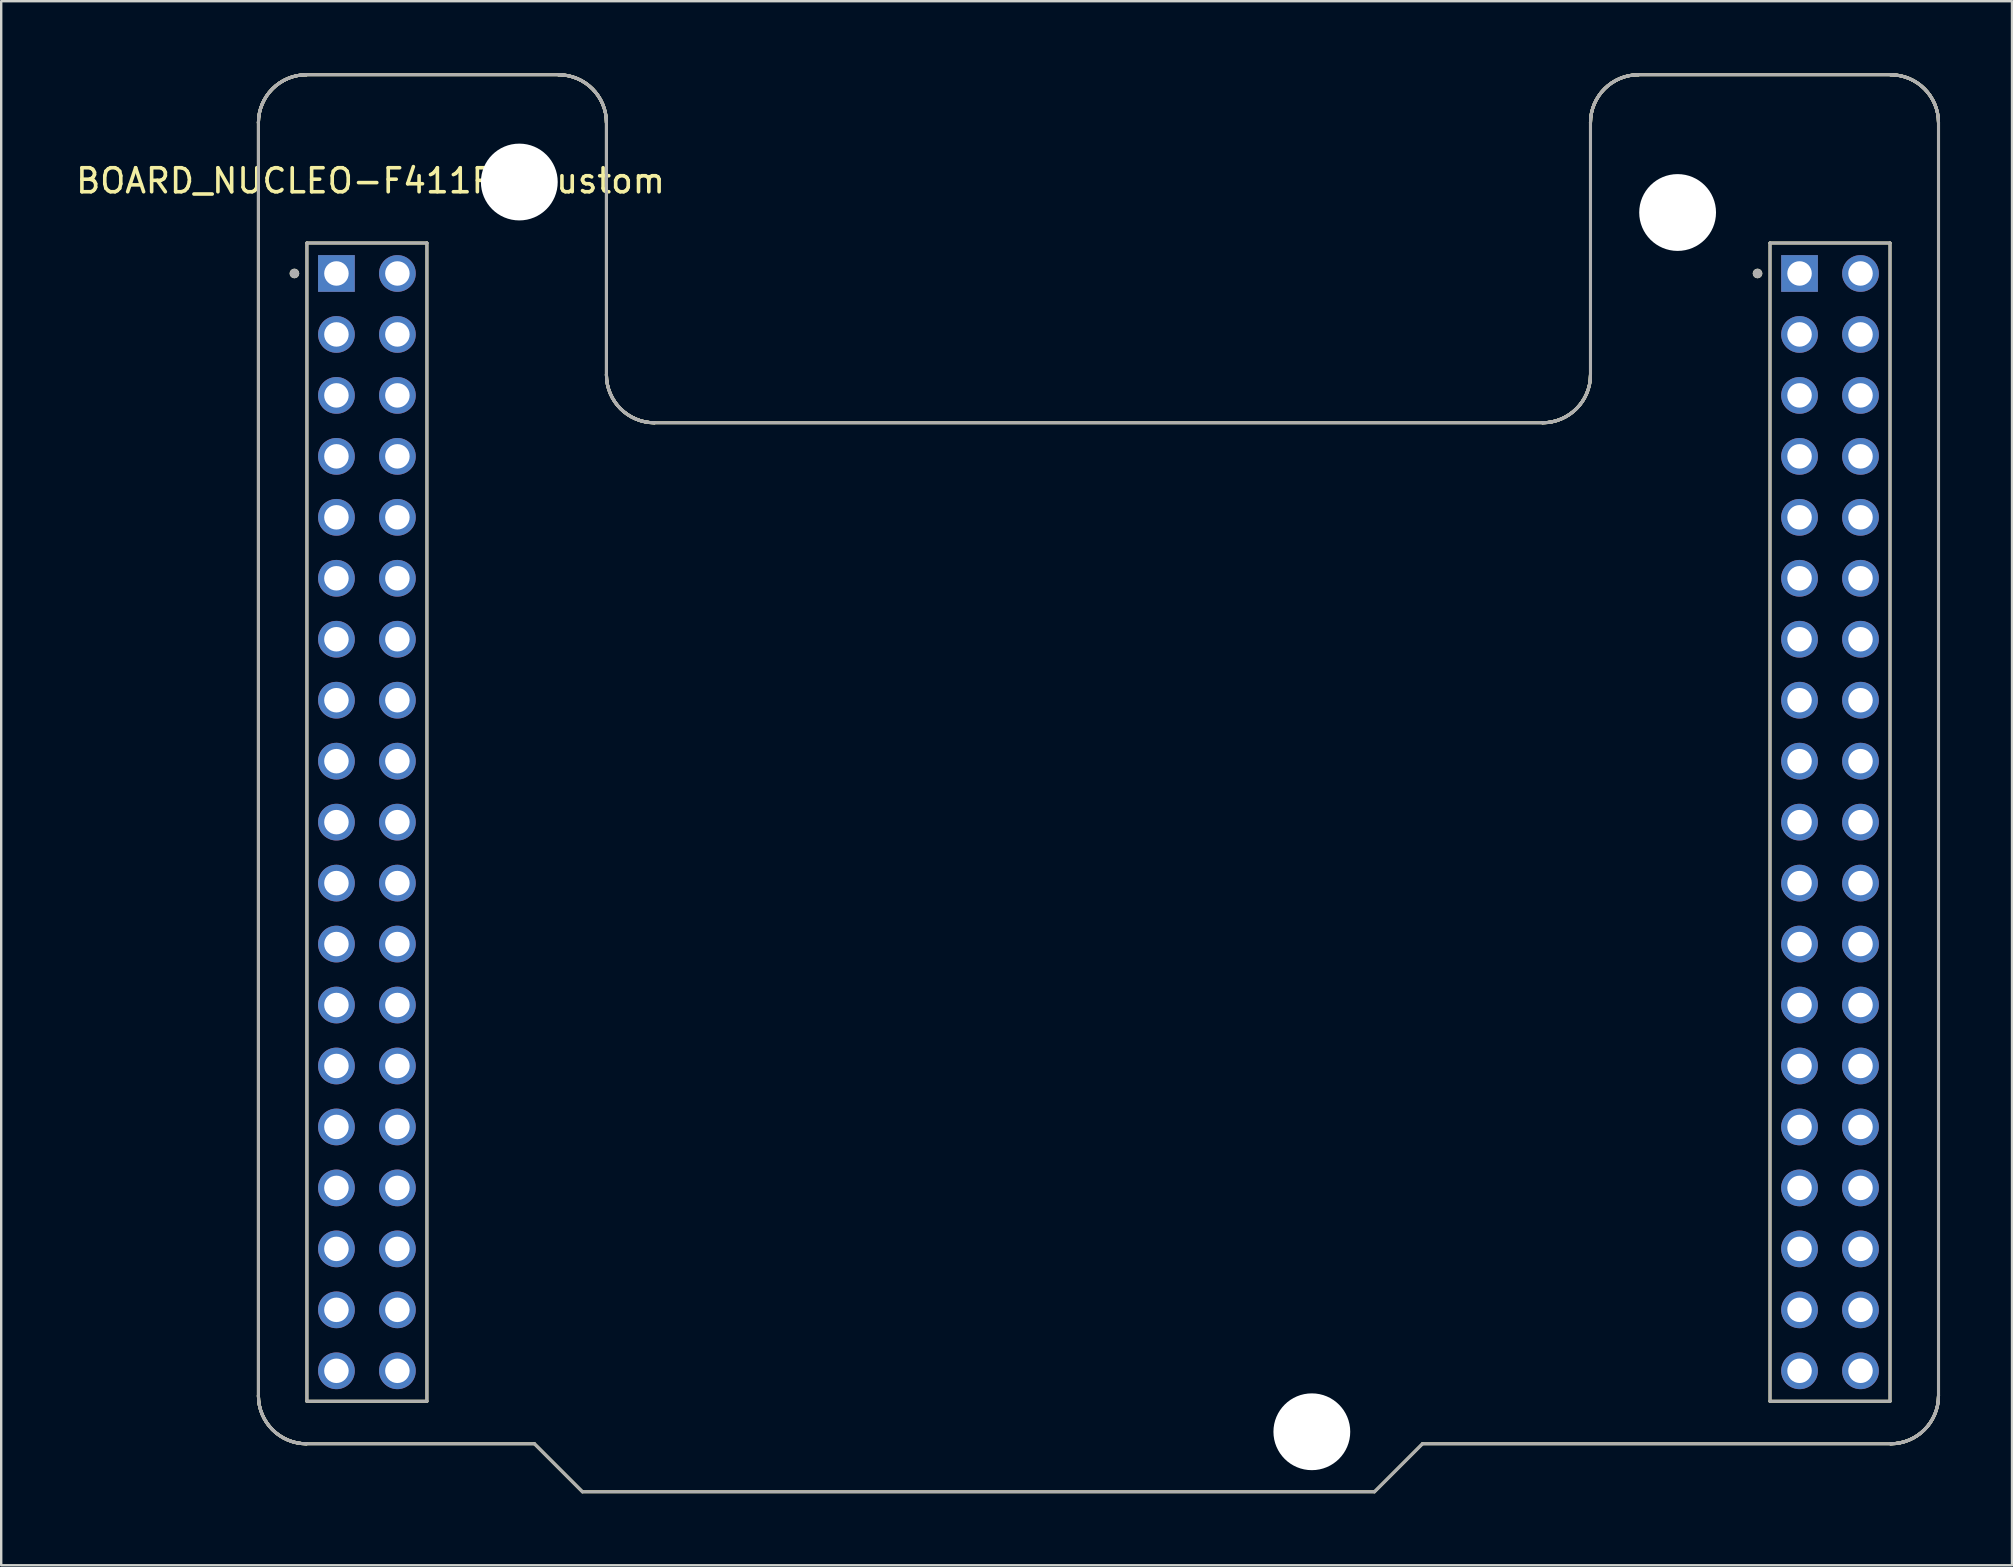
<source format=kicad_pcb>
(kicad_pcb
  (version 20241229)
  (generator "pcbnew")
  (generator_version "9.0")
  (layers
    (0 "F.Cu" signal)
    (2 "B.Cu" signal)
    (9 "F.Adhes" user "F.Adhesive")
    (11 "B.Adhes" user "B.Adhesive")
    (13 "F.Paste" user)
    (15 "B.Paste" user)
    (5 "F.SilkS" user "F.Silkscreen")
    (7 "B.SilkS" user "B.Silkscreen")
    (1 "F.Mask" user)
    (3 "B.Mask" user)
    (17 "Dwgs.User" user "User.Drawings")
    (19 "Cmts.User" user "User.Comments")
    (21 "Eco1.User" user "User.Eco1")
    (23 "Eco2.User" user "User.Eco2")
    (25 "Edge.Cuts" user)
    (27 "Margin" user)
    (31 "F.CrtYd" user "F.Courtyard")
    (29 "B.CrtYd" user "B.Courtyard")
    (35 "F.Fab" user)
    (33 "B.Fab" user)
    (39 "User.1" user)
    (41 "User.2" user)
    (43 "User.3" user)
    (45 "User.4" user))
  (footprint "BOARD_NUCLEO-F411RE_custom"
    (layer "F.Cu")
    (at 42.717 17.854)
    (property "Reference" "BOARD_NUCLEO-F411RE_custom" (at -30.33 -13.37 0) (layer "F.SilkS") (effects (font (size 1 1) (thickness 0.15))))
    (attr through_hole)
    (fp_line (start -35 -15.79) (end -35 37.25) (stroke (width 0.127) (type solid)) (layer "F.SilkS"))
    (fp_line (start -33 39.25) (end -23.5 39.25) (stroke (width 0.127) (type solid)) (layer "F.SilkS"))
    (fp_line (start -32.98 -10.78) (end -32.98 37.48) (stroke (width 0.127) (type solid)) (layer "F.SilkS"))
    (fp_line (start -32.98 37.48) (end -27.98 37.48) (stroke (width 0.127) (type solid)) (layer "F.SilkS"))
    (fp_line (start -27.98 -10.78) (end -32.98 -10.78) (stroke (width 0.127) (type solid)) (layer "F.SilkS"))
    (fp_line (start -27.98 37.48) (end -27.98 -10.78) (stroke (width 0.127) (type solid)) (layer "F.SilkS"))
    (fp_line (start -23.5 39.25) (end -21.5 41.25) (stroke (width 0.127) (type solid)) (layer "F.SilkS"))
    (fp_line (start -22.5 -17.79) (end -33 -17.79) (stroke (width 0.127) (type solid)) (layer "F.SilkS"))
    (fp_line (start -21.5 41.25) (end 11.5 41.25) (stroke (width 0.127) (type solid)) (layer "F.SilkS"))
    (fp_line (start -20.5 -15.79) (end -20.5 -5.29) (stroke (width 0.127) (type solid)) (layer "F.SilkS"))
    (fp_line (start -18.5 -3.29) (end 18.5 -3.29) (stroke (width 0.127) (type solid)) (layer "F.SilkS"))
    (fp_line (start 11.5 41.25) (end 13.5 39.25) (stroke (width 0.127) (type solid)) (layer "F.SilkS"))
    (fp_line (start 13.5 39.25) (end 33 39.25) (stroke (width 0.127) (type solid)) (layer "F.SilkS"))
    (fp_line (start 20.5 -15.79) (end 20.5 -5.29) (stroke (width 0.127) (type solid)) (layer "F.SilkS"))
    (fp_line (start 22.5 -17.79) (end 33 -17.79) (stroke (width 0.127) (type solid)) (layer "F.SilkS"))
    (fp_line (start 27.98 -10.78) (end 27.98 37.48) (stroke (width 0.127) (type solid)) (layer "F.SilkS"))
    (fp_line (start 27.98 37.48) (end 32.98 37.48) (stroke (width 0.127) (type solid)) (layer "F.SilkS"))
    (fp_line (start 32.98 -10.78) (end 27.98 -10.78) (stroke (width 0.127) (type solid)) (layer "F.SilkS"))
    (fp_line (start 32.98 37.48) (end 32.98 -10.78) (stroke (width 0.127) (type solid)) (layer "F.SilkS"))
    (fp_line (start 35 37.25) (end 35 -15.79) (stroke (width 0.127) (type solid)) (layer "F.SilkS"))
    (fp_arc (start -35 -15.79) (mid -34.414214 -17.204214) (end -33 -17.79) (stroke (width 0.127) (type solid)) (layer "F.SilkS"))
    (fp_arc (start -35 -15.79) (mid -34.414214 -17.204214) (end -33 -17.79) (stroke (width 0.127) (type solid)) (layer "F.SilkS"))
    (fp_arc (start -35 -15.79) (mid -34.414214 -17.204214) (end -33 -17.79) (stroke (width 0.127) (type solid)) (layer "F.SilkS"))
    (fp_arc (start -33 39.25) (mid -34.414214 38.664214) (end -35 37.25) (stroke (width 0.127) (type solid)) (layer "F.SilkS"))
    (fp_arc (start -33 39.25) (mid -34.414214 38.664214) (end -35 37.25) (stroke (width 0.127) (type solid)) (layer "F.SilkS"))
    (fp_arc (start -33 39.25) (mid -34.414214 38.664214) (end -35 37.25) (stroke (width 0.127) (type solid)) (layer "F.SilkS"))
    (fp_arc (start -22.5 -17.79) (mid -21.085786 -17.204214) (end -20.5 -15.79) (stroke (width 0.127) (type solid)) (layer "F.SilkS"))
    (fp_arc (start -22.5 -17.79) (mid -21.085786 -17.204214) (end -20.5 -15.79) (stroke (width 0.127) (type solid)) (layer "F.SilkS"))
    (fp_arc (start -22.5 -17.79) (mid -21.085786 -17.204214) (end -20.5 -15.79) (stroke (width 0.127) (type solid)) (layer "F.SilkS"))
    (fp_arc (start -18.5 -3.29) (mid -19.914214 -3.875786) (end -20.5 -5.29) (stroke (width 0.127) (type solid)) (layer "F.SilkS"))
    (fp_arc (start -18.5 -3.29) (mid -19.914214 -3.875786) (end -20.5 -5.29) (stroke (width 0.127) (type solid)) (layer "F.SilkS"))
    (fp_arc (start -18.5 -3.29) (mid -19.914214 -3.875786) (end -20.5 -5.29) (stroke (width 0.127) (type solid)) (layer "F.SilkS"))
    (fp_arc (start 20.5 -15.79) (mid 21.085786 -17.204214) (end 22.5 -17.79) (stroke (width 0.127) (type solid)) (layer "F.SilkS"))
    (fp_arc (start 20.5 -15.79) (mid 21.085786 -17.204214) (end 22.5 -17.79) (stroke (width 0.127) (type solid)) (layer "F.SilkS"))
    (fp_arc (start 20.5 -15.79) (mid 21.085786 -17.204214) (end 22.5 -17.79) (stroke (width 0.127) (type solid)) (layer "F.SilkS"))
    (fp_arc (start 20.5 -5.29) (mid 19.914214 -3.875786) (end 18.5 -3.29) (stroke (width 0.127) (type solid)) (layer "F.SilkS"))
    (fp_arc (start 20.5 -5.29) (mid 19.914214 -3.875786) (end 18.5 -3.29) (stroke (width 0.127) (type solid)) (layer "F.SilkS"))
    (fp_arc (start 20.5 -5.29) (mid 19.914214 -3.875786) (end 18.5 -3.29) (stroke (width 0.127) (type solid)) (layer "F.SilkS"))
    (fp_arc (start 33 -17.79) (mid 34.414214 -17.204214) (end 35 -15.79) (stroke (width 0.127) (type solid)) (layer "F.SilkS"))
    (fp_arc (start 33 -17.79) (mid 34.414214 -17.204214) (end 35 -15.79) (stroke (width 0.127) (type solid)) (layer "F.SilkS"))
    (fp_arc (start 33 -17.79) (mid 34.414214 -17.204214) (end 35 -15.79) (stroke (width 0.127) (type solid)) (layer "F.SilkS"))
    (fp_arc (start 35 37.25) (mid 34.414214 38.664214) (end 33 39.25) (stroke (width 0.127) (type solid)) (layer "F.SilkS"))
    (fp_arc (start 35 37.25) (mid 34.414214 38.664214) (end 33 39.25) (stroke (width 0.127) (type solid)) (layer "F.SilkS"))
    (fp_arc (start 35 37.25) (mid 34.414214 38.664214) (end 33 39.25) (stroke (width 0.127) (type solid)) (layer "F.SilkS"))
    (fp_circle (center -33.5 -9.51) (end -33.4 -9.51) (stroke (width 0.2) (type solid)) (fill no) (layer "F.SilkS"))
    (fp_circle (center 27.46 -9.51) (end 27.56 -9.51) (stroke (width 0.2) (type solid)) (fill no) (layer "F.SilkS"))
    (fp_line (start -35 -15.79) (end -35 37.25) (stroke (width 0.127) (type solid)) (layer "F.Fab"))
    (fp_line (start -33 39.25) (end -23.5 39.25) (stroke (width 0.127) (type solid)) (layer "F.Fab"))
    (fp_line (start -32.98 -10.78) (end -32.98 37.48) (stroke (width 0.127) (type solid)) (layer "F.Fab"))
    (fp_line (start -32.98 37.48) (end -27.98 37.48) (stroke (width 0.127) (type solid)) (layer "F.Fab"))
    (fp_line (start -27.98 -10.78) (end -32.98 -10.78) (stroke (width 0.127) (type solid)) (layer "F.Fab"))
    (fp_line (start -27.98 37.48) (end -27.98 -10.78) (stroke (width 0.127) (type solid)) (layer "F.Fab"))
    (fp_line (start -23.5 39.25) (end -21.5 41.25) (stroke (width 0.127) (type solid)) (layer "F.Fab"))
    (fp_line (start -22.5 -17.79) (end -33 -17.79) (stroke (width 0.127) (type solid)) (layer "F.Fab"))
    (fp_line (start -21.5 41.25) (end 11.5 41.25) (stroke (width 0.127) (type solid)) (layer "F.Fab"))
    (fp_line (start -20.5 -15.79) (end -20.5 -5.29) (stroke (width 0.127) (type solid)) (layer "F.Fab"))
    (fp_line (start -18.5 -3.29) (end 18.5 -3.29) (stroke (width 0.127) (type solid)) (layer "F.Fab"))
    (fp_line (start 11.5 41.25) (end 13.5 39.25) (stroke (width 0.127) (type solid)) (layer "F.Fab"))
    (fp_line (start 13.5 39.25) (end 33 39.25) (stroke (width 0.127) (type solid)) (layer "F.Fab"))
    (fp_line (start 20.5 -15.79) (end 20.5 -5.29) (stroke (width 0.127) (type solid)) (layer "F.Fab"))
    (fp_line (start 22.5 -17.79) (end 33 -17.79) (stroke (width 0.127) (type solid)) (layer "F.Fab"))
    (fp_line (start 27.98 -10.78) (end 27.98 37.48) (stroke (width 0.127) (type solid)) (layer "F.Fab"))
    (fp_line (start 27.98 37.48) (end 32.98 37.48) (stroke (width 0.127) (type solid)) (layer "F.Fab"))
    (fp_line (start 32.98 -10.78) (end 27.98 -10.78) (stroke (width 0.127) (type solid)) (layer "F.Fab"))
    (fp_line (start 32.98 37.48) (end 32.98 -10.78) (stroke (width 0.127) (type solid)) (layer "F.Fab"))
    (fp_line (start 35 37.25) (end 35 -15.79) (stroke (width 0.127) (type solid)) (layer "F.Fab"))
    (fp_arc (start -35 -15.79) (mid -34.414214 -17.204214) (end -33 -17.79) (stroke (width 0.127) (type solid)) (layer "F.Fab"))
    (fp_arc (start -35 -15.79) (mid -34.414214 -17.204214) (end -33 -17.79) (stroke (width 0.127) (type solid)) (layer "F.Fab"))
    (fp_arc (start -35 -15.79) (mid -34.414214 -17.204214) (end -33 -17.79) (stroke (width 0.127) (type solid)) (layer "F.Fab"))
    (fp_arc (start -33 39.25) (mid -34.414214 38.664214) (end -35 37.25) (stroke (width 0.127) (type solid)) (layer "F.Fab"))
    (fp_arc (start -33 39.25) (mid -34.414214 38.664214) (end -35 37.25) (stroke (width 0.127) (type solid)) (layer "F.Fab"))
    (fp_arc (start -33 39.25) (mid -34.414214 38.664214) (end -35 37.25) (stroke (width 0.127) (type solid)) (layer "F.Fab"))
    (fp_arc (start -22.5 -17.79) (mid -21.085786 -17.204214) (end -20.5 -15.79) (stroke (width 0.127) (type solid)) (layer "F.Fab"))
    (fp_arc (start -22.5 -17.79) (mid -21.085786 -17.204214) (end -20.5 -15.79) (stroke (width 0.127) (type solid)) (layer "F.Fab"))
    (fp_arc (start -22.5 -17.79) (mid -21.085786 -17.204214) (end -20.5 -15.79) (stroke (width 0.127) (type solid)) (layer "F.Fab"))
    (fp_arc (start -18.5 -3.29) (mid -19.914214 -3.875786) (end -20.5 -5.29) (stroke (width 0.127) (type solid)) (layer "F.Fab"))
    (fp_arc (start -18.5 -3.29) (mid -19.914214 -3.875786) (end -20.5 -5.29) (stroke (width 0.127) (type solid)) (layer "F.Fab"))
    (fp_arc (start -18.5 -3.29) (mid -19.914214 -3.875786) (end -20.5 -5.29) (stroke (width 0.127) (type solid)) (layer "F.Fab"))
    (fp_arc (start 20.5 -15.79) (mid 21.085786 -17.204214) (end 22.5 -17.79) (stroke (width 0.127) (type solid)) (layer "F.Fab"))
    (fp_arc (start 20.5 -15.79) (mid 21.085786 -17.204214) (end 22.5 -17.79) (stroke (width 0.127) (type solid)) (layer "F.Fab"))
    (fp_arc (start 20.5 -15.79) (mid 21.085786 -17.204214) (end 22.5 -17.79) (stroke (width 0.127) (type solid)) (layer "F.Fab"))
    (fp_arc (start 20.5 -5.29) (mid 19.914214 -3.875786) (end 18.5 -3.29) (stroke (width 0.127) (type solid)) (layer "F.Fab"))
    (fp_arc (start 20.5 -5.29) (mid 19.914214 -3.875786) (end 18.5 -3.29) (stroke (width 0.127) (type solid)) (layer "F.Fab"))
    (fp_arc (start 20.5 -5.29) (mid 19.914214 -3.875786) (end 18.5 -3.29) (stroke (width 0.127) (type solid)) (layer "F.Fab"))
    (fp_arc (start 33 -17.79) (mid 34.414214 -17.204214) (end 35 -15.79) (stroke (width 0.127) (type solid)) (layer "F.Fab"))
    (fp_arc (start 33 -17.79) (mid 34.414214 -17.204214) (end 35 -15.79) (stroke (width 0.127) (type solid)) (layer "F.Fab"))
    (fp_arc (start 33 -17.79) (mid 34.414214 -17.204214) (end 35 -15.79) (stroke (width 0.127) (type solid)) (layer "F.Fab"))
    (fp_arc (start 35 37.25) (mid 34.414214 38.664214) (end 33 39.25) (stroke (width 0.127) (type solid)) (layer "F.Fab"))
    (fp_arc (start 35 37.25) (mid 34.414214 38.664214) (end 33 39.25) (stroke (width 0.127) (type solid)) (layer "F.Fab"))
    (fp_arc (start 35 37.25) (mid 34.414214 38.664214) (end 33 39.25) (stroke (width 0.127) (type solid)) (layer "F.Fab"))
    (fp_circle (center -33.5 -9.51) (end -33.4 -9.51) (stroke (width 0.2) (type solid)) (fill no) (layer "F.Fab"))
    (fp_circle (center 27.46 -9.51) (end 27.56 -9.51) (stroke (width 0.2) (type solid)) (fill no) (layer "F.Fab"))
    (pad "" np_thru_hole circle (at -24.13 -13.32) (size 3.2 3.2) (drill 3.2) (layers "*.Cu" "*.Mask"))
    (pad "" np_thru_hole circle (at 8.89 38.75) (size 3.2 3.2) (drill 3.2) (layers "*.Cu" "*.Mask"))
    (pad "" np_thru_hole circle (at 24.13 -12.05) (size 3.2 3.2) (drill 3.2) (layers "*.Cu" "*.Mask"))
    (pad "CN7_1" thru_hole rect (at -31.75 -9.51) (size 1.53 1.53) (drill 1.02) (layers "*.Cu" "*.Mask"))
    (pad "CN7_2" thru_hole circle (at -29.21 -9.51) (size 1.53 1.53) (drill 1.02) (layers "*.Cu" "*.Mask"))
    (pad "CN7_3" thru_hole circle (at -31.75 -6.97) (size 1.53 1.53) (drill 1.02) (layers "*.Cu" "*.Mask"))
    (pad "CN7_4" thru_hole circle (at -29.21 -6.97) (size 1.53 1.53) (drill 1.02) (layers "*.Cu" "*.Mask"))
    (pad "CN7_5" thru_hole circle (at -31.75 -4.43) (size 1.53 1.53) (drill 1.02) (layers "*.Cu" "*.Mask"))
    (pad "CN7_6" thru_hole circle (at -29.21 -4.43) (size 1.53 1.53) (drill 1.02) (layers "*.Cu" "*.Mask"))
    (pad "CN7_7" thru_hole circle (at -31.75 -1.89) (size 1.53 1.53) (drill 1.02) (layers "*.Cu" "*.Mask"))
    (pad "CN7_8" thru_hole circle (at -29.21 -1.89) (size 1.53 1.53) (drill 1.02) (layers "*.Cu" "*.Mask"))
    (pad "CN7_9" thru_hole circle (at -31.75 0.65) (size 1.53 1.53) (drill 1.02) (layers "*.Cu" "*.Mask"))
    (pad "CN7_10" thru_hole circle (at -29.21 0.65) (size 1.53 1.53) (drill 1.02) (layers "*.Cu" "*.Mask"))
    (pad "CN7_11" thru_hole circle (at -31.75 3.19) (size 1.53 1.53) (drill 1.02) (layers "*.Cu" "*.Mask"))
    (pad "CN7_12" thru_hole circle (at -29.21 3.19) (size 1.53 1.53) (drill 1.02) (layers "*.Cu" "*.Mask"))
    (pad "CN7_13" thru_hole circle (at -31.75 5.73) (size 1.53 1.53) (drill 1.02) (layers "*.Cu" "*.Mask"))
    (pad "CN7_14" thru_hole circle (at -29.21 5.73) (size 1.53 1.53) (drill 1.02) (layers "*.Cu" "*.Mask"))
    (pad "CN7_15" thru_hole circle (at -31.75 8.27) (size 1.53 1.53) (drill 1.02) (layers "*.Cu" "*.Mask"))
    (pad "CN7_16" thru_hole circle (at -29.21 8.27) (size 1.53 1.53) (drill 1.02) (layers "*.Cu" "*.Mask"))
    (pad "CN7_17" thru_hole circle (at -31.75 10.81) (size 1.53 1.53) (drill 1.02) (layers "*.Cu" "*.Mask"))
    (pad "CN7_18" thru_hole circle (at -29.21 10.81) (size 1.53 1.53) (drill 1.02) (layers "*.Cu" "*.Mask"))
    (pad "CN7_19" thru_hole circle (at -31.75 13.35) (size 1.53 1.53) (drill 1.02) (layers "*.Cu" "*.Mask"))
    (pad "CN7_20" thru_hole circle (at -29.21 13.35) (size 1.53 1.53) (drill 1.02) (layers "*.Cu" "*.Mask"))
    (pad "CN7_21" thru_hole circle (at -31.75 15.89) (size 1.53 1.53) (drill 1.02) (layers "*.Cu" "*.Mask"))
    (pad "CN7_22" thru_hole circle (at -29.21 15.89) (size 1.53 1.53) (drill 1.02) (layers "*.Cu" "*.Mask"))
    (pad "CN7_23" thru_hole circle (at -31.75 18.43) (size 1.53 1.53) (drill 1.02) (layers "*.Cu" "*.Mask"))
    (pad "CN7_24" thru_hole circle (at -29.21 18.43) (size 1.53 1.53) (drill 1.02) (layers "*.Cu" "*.Mask"))
    (pad "CN7_25" thru_hole circle (at -31.75 20.97) (size 1.53 1.53) (drill 1.02) (layers "*.Cu" "*.Mask"))
    (pad "CN7_26" thru_hole circle (at -29.21 20.97) (size 1.53 1.53) (drill 1.02) (layers "*.Cu" "*.Mask"))
    (pad "CN7_27" thru_hole circle (at -31.75 23.51) (size 1.53 1.53) (drill 1.02) (layers "*.Cu" "*.Mask"))
    (pad "CN7_28" thru_hole circle (at -29.21 23.51) (size 1.53 1.53) (drill 1.02) (layers "*.Cu" "*.Mask"))
    (pad "CN7_29" thru_hole circle (at -31.75 26.05) (size 1.53 1.53) (drill 1.02) (layers "*.Cu" "*.Mask"))
    (pad "CN7_30" thru_hole circle (at -29.21 26.05) (size 1.53 1.53) (drill 1.02) (layers "*.Cu" "*.Mask"))
    (pad "CN7_31" thru_hole circle (at -31.75 28.59) (size 1.53 1.53) (drill 1.02) (layers "*.Cu" "*.Mask"))
    (pad "CN7_32" thru_hole circle (at -29.21 28.59) (size 1.53 1.53) (drill 1.02) (layers "*.Cu" "*.Mask"))
    (pad "CN7_33" thru_hole circle (at -31.75 31.13) (size 1.53 1.53) (drill 1.02) (layers "*.Cu" "*.Mask"))
    (pad "CN7_34" thru_hole circle (at -29.21 31.13) (size 1.53 1.53) (drill 1.02) (layers "*.Cu" "*.Mask"))
    (pad "CN7_35" thru_hole circle (at -31.75 33.67) (size 1.53 1.53) (drill 1.02) (layers "*.Cu" "*.Mask"))
    (pad "CN7_36" thru_hole circle (at -29.21 33.67) (size 1.53 1.53) (drill 1.02) (layers "*.Cu" "*.Mask"))
    (pad "CN7_37" thru_hole circle (at -31.75 36.21) (size 1.53 1.53) (drill 1.02) (layers "*.Cu" "*.Mask"))
    (pad "CN7_38" thru_hole circle (at -29.21 36.21) (size 1.53 1.53) (drill 1.02) (layers "*.Cu" "*.Mask"))
    (pad "CN10_1" thru_hole rect (at 29.21 -9.51) (size 1.53 1.53) (drill 1.02) (layers "*.Cu" "*.Mask"))
    (pad "CN10_2" thru_hole circle (at 31.75 -9.51) (size 1.53 1.53) (drill 1.02) (layers "*.Cu" "*.Mask"))
    (pad "CN10_3" thru_hole circle (at 29.21 -6.97) (size 1.53 1.53) (drill 1.02) (layers "*.Cu" "*.Mask"))
    (pad "CN10_4" thru_hole circle (at 31.75 -6.97) (size 1.53 1.53) (drill 1.02) (layers "*.Cu" "*.Mask"))
    (pad "CN10_5" thru_hole circle (at 29.21 -4.43) (size 1.53 1.53) (drill 1.02) (layers "*.Cu" "*.Mask"))
    (pad "CN10_6" thru_hole circle (at 31.75 -4.43) (size 1.53 1.53) (drill 1.02) (layers "*.Cu" "*.Mask"))
    (pad "CN10_7" thru_hole circle (at 29.21 -1.89) (size 1.53 1.53) (drill 1.02) (layers "*.Cu" "*.Mask"))
    (pad "CN10_8" thru_hole circle (at 31.75 -1.89) (size 1.53 1.53) (drill 1.02) (layers "*.Cu" "*.Mask"))
    (pad "CN10_9" thru_hole circle (at 29.21 0.65) (size 1.53 1.53) (drill 1.02) (layers "*.Cu" "*.Mask"))
    (pad "CN10_10" thru_hole circle (at 31.75 0.65) (size 1.53 1.53) (drill 1.02) (layers "*.Cu" "*.Mask"))
    (pad "CN10_11" thru_hole circle (at 29.21 3.19) (size 1.53 1.53) (drill 1.02) (layers "*.Cu" "*.Mask"))
    (pad "CN10_12" thru_hole circle (at 31.75 3.19) (size 1.53 1.53) (drill 1.02) (layers "*.Cu" "*.Mask"))
    (pad "CN10_13" thru_hole circle (at 29.21 5.73) (size 1.53 1.53) (drill 1.02) (layers "*.Cu" "*.Mask"))
    (pad "CN10_14" thru_hole circle (at 31.75 5.73) (size 1.53 1.53) (drill 1.02) (layers "*.Cu" "*.Mask"))
    (pad "CN10_15" thru_hole circle (at 29.21 8.27) (size 1.53 1.53) (drill 1.02) (layers "*.Cu" "*.Mask"))
    (pad "CN10_16" thru_hole circle (at 31.75 8.27) (size 1.53 1.53) (drill 1.02) (layers "*.Cu" "*.Mask"))
    (pad "CN10_17" thru_hole circle (at 29.21 10.81) (size 1.53 1.53) (drill 1.02) (layers "*.Cu" "*.Mask"))
    (pad "CN10_18" thru_hole circle (at 31.75 10.81) (size 1.53 1.53) (drill 1.02) (layers "*.Cu" "*.Mask"))
    (pad "CN10_19" thru_hole circle (at 29.21 13.35) (size 1.53 1.53) (drill 1.02) (layers "*.Cu" "*.Mask"))
    (pad "CN10_20" thru_hole circle (at 31.75 13.35) (size 1.53 1.53) (drill 1.02) (layers "*.Cu" "*.Mask"))
    (pad "CN10_21" thru_hole circle (at 29.21 15.89) (size 1.53 1.53) (drill 1.02) (layers "*.Cu" "*.Mask"))
    (pad "CN10_22" thru_hole circle (at 31.75 15.89) (size 1.53 1.53) (drill 1.02) (layers "*.Cu" "*.Mask"))
    (pad "CN10_23" thru_hole circle (at 29.21 18.43) (size 1.53 1.53) (drill 1.02) (layers "*.Cu" "*.Mask"))
    (pad "CN10_24" thru_hole circle (at 31.75 18.43) (size 1.53 1.53) (drill 1.02) (layers "*.Cu" "*.Mask"))
    (pad "CN10_25" thru_hole circle (at 29.21 20.97) (size 1.53 1.53) (drill 1.02) (layers "*.Cu" "*.Mask"))
    (pad "CN10_26" thru_hole circle (at 31.75 20.97) (size 1.53 1.53) (drill 1.02) (layers "*.Cu" "*.Mask"))
    (pad "CN10_27" thru_hole circle (at 29.21 23.51) (size 1.53 1.53) (drill 1.02) (layers "*.Cu" "*.Mask"))
    (pad "CN10_28" thru_hole circle (at 31.75 23.51) (size 1.53 1.53) (drill 1.02) (layers "*.Cu" "*.Mask"))
    (pad "CN10_29" thru_hole circle (at 29.21 26.05) (size 1.53 1.53) (drill 1.02) (layers "*.Cu" "*.Mask"))
    (pad "CN10_30" thru_hole circle (at 31.75 26.05) (size 1.53 1.53) (drill 1.02) (layers "*.Cu" "*.Mask"))
    (pad "CN10_31" thru_hole circle (at 29.21 28.59) (size 1.53 1.53) (drill 1.02) (layers "*.Cu" "*.Mask"))
    (pad "CN10_32" thru_hole circle (at 31.75 28.59) (size 1.53 1.53) (drill 1.02) (layers "*.Cu" "*.Mask"))
    (pad "CN10_33" thru_hole circle (at 29.21 31.13) (size 1.53 1.53) (drill 1.02) (layers "*.Cu" "*.Mask"))
    (pad "CN10_34" thru_hole circle (at 31.75 31.13) (size 1.53 1.53) (drill 1.02) (layers "*.Cu" "*.Mask"))
    (pad "CN10_35" thru_hole circle (at 29.21 33.67) (size 1.53 1.53) (drill 1.02) (layers "*.Cu" "*.Mask"))
    (pad "CN10_36" thru_hole circle (at 31.75 33.67) (size 1.53 1.53) (drill 1.02) (layers "*.Cu" "*.Mask"))
    (pad "CN10_37" thru_hole circle (at 29.21 36.21) (size 1.53 1.53) (drill 1.02) (layers "*.Cu" "*.Mask"))
    (pad "CN10_38" thru_hole circle (at 31.75 36.21) (size 1.53 1.53) (drill 1.02) (layers "*.Cu" "*.Mask")))
  (gr_rect
    (start -3 -3)
    (end 80.78 62.167)
    (stroke (width 0.1) (type default))
    (fill no)
    (layer "Edge.Cuts")))
</source>
